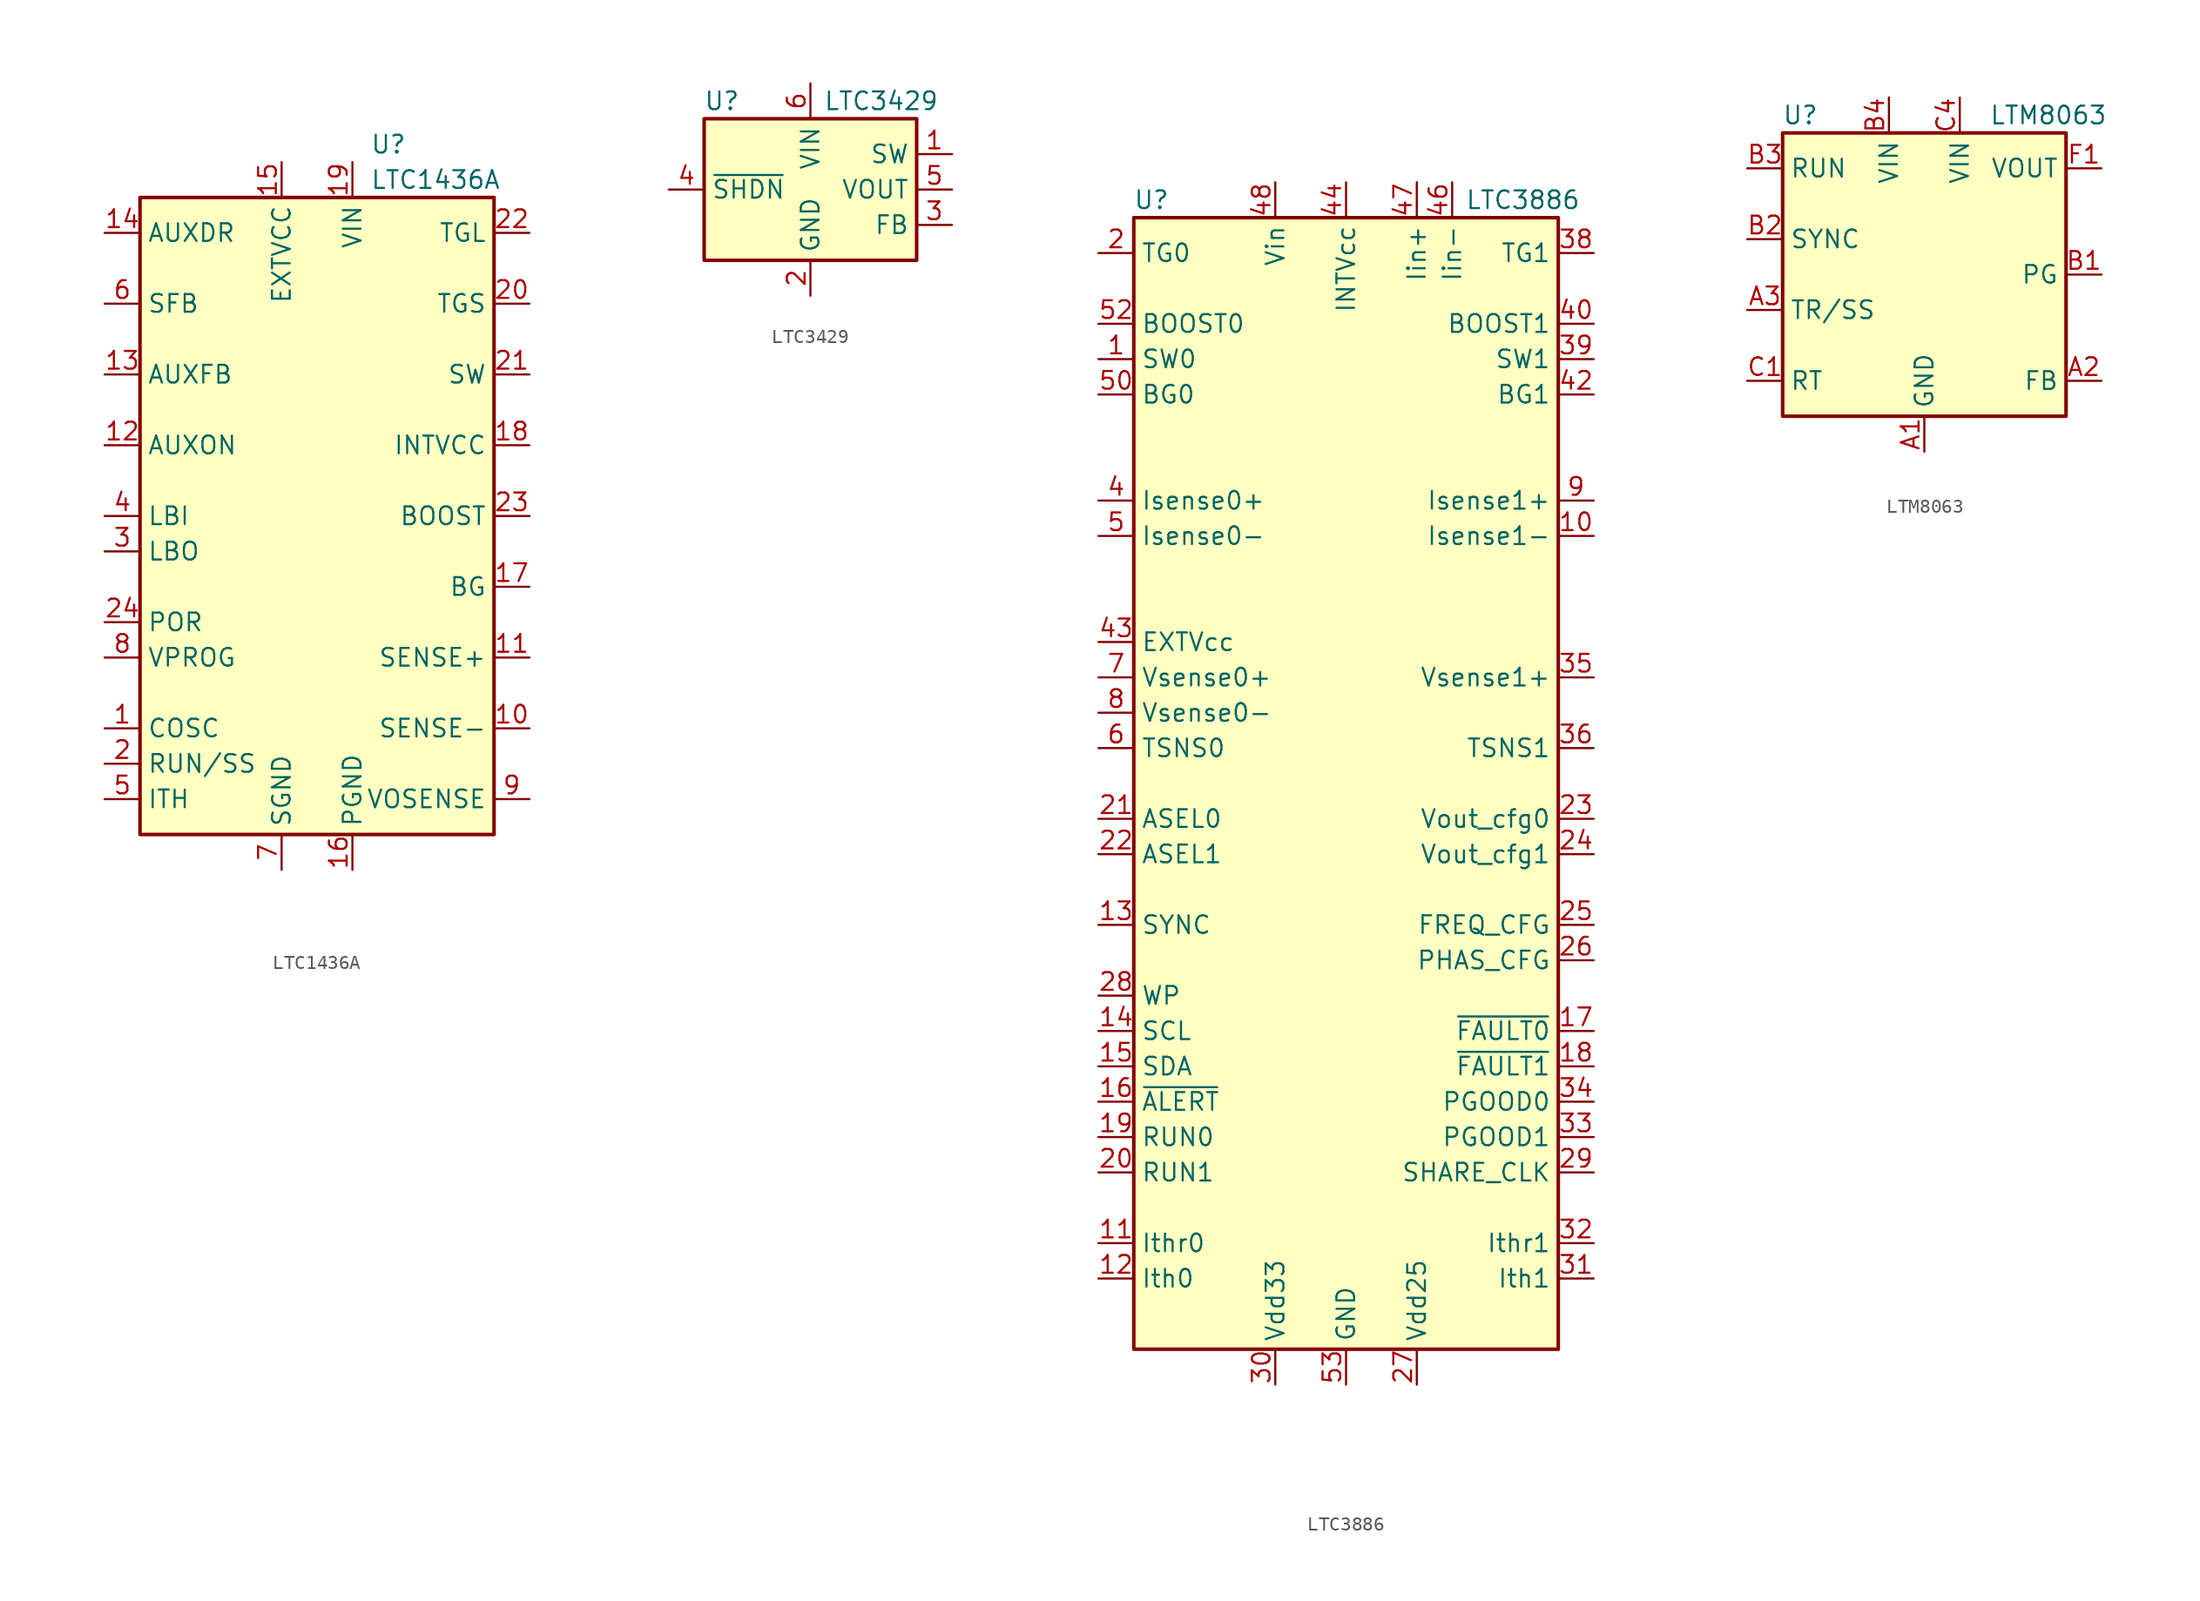
<source format=kicad_sym>
(kicad_symbol_lib
  (version 20201005)
  (generator kicad_symbol_editor)
  (symbol "LTC1436A"
    (property "Reference" "U"
      (at 3.81 26.67 0)
      (effects (font (size 1.27 1.27)) (justify left)))
    (property "Value" "LTC1436A"
      (at 3.81 24.13 0)
      (effects (font (size 1.27 1.27)) (justify left)))
    (symbol "LTC1436A_0_1"
      (rectangle (start -12.7 -22.86) (end 12.7 22.86) (stroke (width 0.254)) (fill (type background))))
    (symbol "LTC1436A_1_1"
      (pin passive line (at -15.24 -15.24 0) (length 2.54) (name "COSC" (effects (font (size 1.27 1.27)))) (number "1" (effects (font (size 1.27 1.27)))))
      (pin input line (at 15.24 -15.24 180) (length 2.54) (name "SENSE-" (effects (font (size 1.27 1.27)))) (number "10" (effects (font (size 1.27 1.27)))))
      (pin input line (at 15.24 -10.16 180) (length 2.54) (name "SENSE+" (effects (font (size 1.27 1.27)))) (number "11" (effects (font (size 1.27 1.27)))))
      (pin input line (at -15.24 5.08 0) (length 2.54) (name "AUXON" (effects (font (size 1.27 1.27)))) (number "12" (effects (font (size 1.27 1.27)))))
      (pin input line (at -15.24 10.16 0) (length 2.54) (name "AUXFB" (effects (font (size 1.27 1.27)))) (number "13" (effects (font (size 1.27 1.27)))))
      (pin open_collector line (at -15.24 20.32 0) (length 2.54) (name "AUXDR" (effects (font (size 1.27 1.27)))) (number "14" (effects (font (size 1.27 1.27)))))
      (pin power_in line (at -2.54 25.4 270) (length 2.54) (name "EXTVCC" (effects (font (size 1.27 1.27)))) (number "15" (effects (font (size 1.27 1.27)))))
      (pin power_in line (at 2.54 -25.4 90) (length 2.54) (name "PGND" (effects (font (size 1.27 1.27)))) (number "16" (effects (font (size 1.27 1.27)))))
      (pin output line (at 15.24 -5.08 180) (length 2.54) (name "BG" (effects (font (size 1.27 1.27)))) (number "17" (effects (font (size 1.27 1.27)))))
      (pin power_in line (at 15.24 5.08 180) (length 2.54) (name "INTVCC" (effects (font (size 1.27 1.27)))) (number "18" (effects (font (size 1.27 1.27)))))
      (pin power_in line (at 2.54 25.4 270) (length 2.54) (name "VIN" (effects (font (size 1.27 1.27)))) (number "19" (effects (font (size 1.27 1.27)))))
      (pin passive line (at -15.24 -17.78 0) (length 2.54) (name "RUN/SS" (effects (font (size 1.27 1.27)))) (number "2" (effects (font (size 1.27 1.27)))))
      (pin output line (at 15.24 15.24 180) (length 2.54) (name "TGS" (effects (font (size 1.27 1.27)))) (number "20" (effects (font (size 1.27 1.27)))))
      (pin passive line (at 15.24 10.16 180) (length 2.54) (name "SW" (effects (font (size 1.27 1.27)))) (number "21" (effects (font (size 1.27 1.27)))))
      (pin output line (at 15.24 20.32 180) (length 2.54) (name "TGL" (effects (font (size 1.27 1.27)))) (number "22" (effects (font (size 1.27 1.27)))))
      (pin passive line (at 15.24 0 180) (length 2.54) (name "BOOST" (effects (font (size 1.27 1.27)))) (number "23" (effects (font (size 1.27 1.27)))))
      (pin open_collector line (at -15.24 -7.62 0) (length 2.54) (name "POR" (effects (font (size 1.27 1.27)))) (number "24" (effects (font (size 1.27 1.27)))))
      (pin open_collector line (at -15.24 -2.54 0) (length 2.54) (name "LBO" (effects (font (size 1.27 1.27)))) (number "3" (effects (font (size 1.27 1.27)))))
      (pin input line (at -15.24 0 0) (length 2.54) (name "LBI" (effects (font (size 1.27 1.27)))) (number "4" (effects (font (size 1.27 1.27)))))
      (pin passive line (at -15.24 -20.32 0) (length 2.54) (name "ITH" (effects (font (size 1.27 1.27)))) (number "5" (effects (font (size 1.27 1.27)))))
      (pin passive line (at -15.24 15.24 0) (length 2.54) (name "SFB" (effects (font (size 1.27 1.27)))) (number "6" (effects (font (size 1.27 1.27)))))
      (pin power_in line (at -2.54 -25.4 90) (length 2.54) (name "SGND" (effects (font (size 1.27 1.27)))) (number "7" (effects (font (size 1.27 1.27)))))
      (pin input line (at -15.24 -10.16 0) (length 2.54) (name "VPROG" (effects (font (size 1.27 1.27)))) (number "8" (effects (font (size 1.27 1.27)))))
      (pin input line (at 15.24 -20.32 180) (length 2.54) (name "VOSENSE" (effects (font (size 1.27 1.27)))) (number "9" (effects (font (size 1.27 1.27)))))))
  (symbol "LTC3429"
    (property "Reference" "U"
      (at -6.35 6.35 0)
      (effects (font (size 1.27 1.27))))
    (property "Value" "LTC3429"
      (at 5.08 6.35 0)
      (effects (font (size 1.27 1.27))))
    (symbol "LTC3429_0_1"
      (rectangle (start -7.62 5.08) (end 7.62 -5.08) (stroke (width 0.254)) (fill (type background))))
    (symbol "LTC3429_1_1"
      (pin input line (at 10.16 2.54 180) (length 2.54) (name "SW" (effects (font (size 1.27 1.27)))) (number "1" (effects (font (size 1.27 1.27)))))
      (pin power_in line (at 0 -7.62 90) (length 2.54) (name "GND" (effects (font (size 1.27 1.27)))) (number "2" (effects (font (size 1.27 1.27)))))
      (pin input line (at 10.16 -2.54 180) (length 2.54) (name "FB" (effects (font (size 1.27 1.27)))) (number "3" (effects (font (size 1.27 1.27)))))
      (pin input line (at -10.16 0 0) (length 2.54) (name "~SHDN" (effects (font (size 1.27 1.27)))) (number "4" (effects (font (size 1.27 1.27)))))
      (pin power_out line (at 10.16 0 180) (length 2.54) (name "VOUT" (effects (font (size 1.27 1.27)))) (number "5" (effects (font (size 1.27 1.27)))))
      (pin power_in line (at 0 7.62 270) (length 2.54) (name "VIN" (effects (font (size 1.27 1.27)))) (number "6" (effects (font (size 1.27 1.27)))))))
  (symbol "LTC3886"
    (property "Reference" "U"
      (at -13.97 3.81 0)
      (effects (font (size 1.27 1.27))))
    (property "Value" "LTC3886"
      (at 12.7 3.81 0)
      (effects (font (size 1.27 1.27))))
    (symbol "LTC3886_0_1"
      (rectangle (start -15.24 2.54) (end 15.24 -78.74) (stroke (width 0.254)) (fill (type background))))
    (symbol "LTC3886_1_1"
      (pin output line (at -17.78 -7.62 0) (length 2.54) (name "SW0" (effects (font (size 1.27 1.27)))) (number "1" (effects (font (size 1.27 1.27)))))
      (pin input line (at 17.78 -20.32 180) (length 2.54) (name "Isense1-" (effects (font (size 1.27 1.27)))) (number "10" (effects (font (size 1.27 1.27)))))
      (pin input line (at -17.78 -71.12 0) (length 2.54) (name "Ithr0" (effects (font (size 1.27 1.27)))) (number "11" (effects (font (size 1.27 1.27)))))
      (pin input line (at -17.78 -73.66 0) (length 2.54) (name "Ith0" (effects (font (size 1.27 1.27)))) (number "12" (effects (font (size 1.27 1.27)))))
      (pin input line (at -17.78 -48.26 0) (length 2.54) (name "SYNC" (effects (font (size 1.27 1.27)))) (number "13" (effects (font (size 1.27 1.27)))))
      (pin input line (at -17.78 -55.88 0) (length 2.54) (name "SCL" (effects (font (size 1.27 1.27)))) (number "14" (effects (font (size 1.27 1.27)))))
      (pin bidirectional line (at -17.78 -58.42 0) (length 2.54) (name "SDA" (effects (font (size 1.27 1.27)))) (number "15" (effects (font (size 1.27 1.27)))))
      (pin output line (at -17.78 -60.96 0) (length 2.54) (name "~ALERT" (effects (font (size 1.27 1.27)))) (number "16" (effects (font (size 1.27 1.27)))))
      (pin output line (at 17.78 -55.88 180) (length 2.54) (name "~FAULT0" (effects (font (size 1.27 1.27)))) (number "17" (effects (font (size 1.27 1.27)))))
      (pin output line (at 17.78 -58.42 180) (length 2.54) (name "~FAULT1" (effects (font (size 1.27 1.27)))) (number "18" (effects (font (size 1.27 1.27)))))
      (pin input line (at -17.78 -63.5 0) (length 2.54) (name "RUN0" (effects (font (size 1.27 1.27)))) (number "19" (effects (font (size 1.27 1.27)))))
      (pin output line (at -17.78 0 0) (length 2.54) (name "TG0" (effects (font (size 1.27 1.27)))) (number "2" (effects (font (size 1.27 1.27)))))
      (pin input line (at -17.78 -66.04 0) (length 2.54) (name "RUN1" (effects (font (size 1.27 1.27)))) (number "20" (effects (font (size 1.27 1.27)))))
      (pin input line (at -17.78 -40.64 0) (length 2.54) (name "ASEL0" (effects (font (size 1.27 1.27)))) (number "21" (effects (font (size 1.27 1.27)))))
      (pin input line (at -17.78 -43.18 0) (length 2.54) (name "ASEL1" (effects (font (size 1.27 1.27)))) (number "22" (effects (font (size 1.27 1.27)))))
      (pin input line (at 17.78 -40.64 180) (length 2.54) (name "Vout_cfg0" (effects (font (size 1.27 1.27)))) (number "23" (effects (font (size 1.27 1.27)))))
      (pin input line (at 17.78 -43.18 180) (length 2.54) (name "Vout_cfg1" (effects (font (size 1.27 1.27)))) (number "24" (effects (font (size 1.27 1.27)))))
      (pin input line (at 17.78 -48.26 180) (length 2.54) (name "FREQ_CFG" (effects (font (size 1.27 1.27)))) (number "25" (effects (font (size 1.27 1.27)))))
      (pin input line (at 17.78 -50.8 180) (length 2.54) (name "PHAS_CFG" (effects (font (size 1.27 1.27)))) (number "26" (effects (font (size 1.27 1.27)))))
      (pin power_out line (at 5.08 -81.28 90) (length 2.54) (name "Vdd25" (effects (font (size 1.27 1.27)))) (number "27" (effects (font (size 1.27 1.27)))))
      (pin input line (at -17.78 -53.34 0) (length 2.54) (name "WP" (effects (font (size 1.27 1.27)))) (number "28" (effects (font (size 1.27 1.27)))))
      (pin input line (at 17.78 -66.04 180) (length 2.54) (name "SHARE_CLK" (effects (font (size 1.27 1.27)))) (number "29" (effects (font (size 1.27 1.27)))))
      (pin power_out line (at -5.08 -81.28 90) (length 2.54) (name "Vdd33" (effects (font (size 1.27 1.27)))) (number "30" (effects (font (size 1.27 1.27)))))
      (pin input line (at 17.78 -73.66 180) (length 2.54) (name "Ith1" (effects (font (size 1.27 1.27)))) (number "31" (effects (font (size 1.27 1.27)))))
      (pin input line (at 17.78 -71.12 180) (length 2.54) (name "Ithr1" (effects (font (size 1.27 1.27)))) (number "32" (effects (font (size 1.27 1.27)))))
      (pin output line (at 17.78 -63.5 180) (length 2.54) (name "PGOOD1" (effects (font (size 1.27 1.27)))) (number "33" (effects (font (size 1.27 1.27)))))
      (pin output line (at 17.78 -60.96 180) (length 2.54) (name "PGOOD0" (effects (font (size 1.27 1.27)))) (number "34" (effects (font (size 1.27 1.27)))))
      (pin input line (at 17.78 -30.48 180) (length 2.54) (name "Vsense1+" (effects (font (size 1.27 1.27)))) (number "35" (effects (font (size 1.27 1.27)))))
      (pin input line (at 17.78 -35.56 180) (length 2.54) (name "TSNS1" (effects (font (size 1.27 1.27)))) (number "36" (effects (font (size 1.27 1.27)))))
      (pin output line (at 17.78 0 180) (length 2.54) (name "TG1" (effects (font (size 1.27 1.27)))) (number "38" (effects (font (size 1.27 1.27)))))
      (pin output line (at 17.78 -7.62 180) (length 2.54) (name "SW1" (effects (font (size 1.27 1.27)))) (number "39" (effects (font (size 1.27 1.27)))))
      (pin input line (at -17.78 -17.78 0) (length 2.54) (name "Isense0+" (effects (font (size 1.27 1.27)))) (number "4" (effects (font (size 1.27 1.27)))))
      (pin output line (at 17.78 -5.08 180) (length 2.54) (name "BOOST1" (effects (font (size 1.27 1.27)))) (number "40" (effects (font (size 1.27 1.27)))))
      (pin output line (at 17.78 -10.16 180) (length 2.54) (name "BG1" (effects (font (size 1.27 1.27)))) (number "42" (effects (font (size 1.27 1.27)))))
      (pin power_in line (at -17.78 -27.94 0) (length 2.54) (name "EXTVcc" (effects (font (size 1.27 1.27)))) (number "43" (effects (font (size 1.27 1.27)))))
      (pin power_out line (at 0 5.08 270) (length 2.54) (name "INTVcc" (effects (font (size 1.27 1.27)))) (number "44" (effects (font (size 1.27 1.27)))))
      (pin input line (at 7.62 5.08 270) (length 2.54) (name "Iin-" (effects (font (size 1.27 1.27)))) (number "46" (effects (font (size 1.27 1.27)))))
      (pin input line (at 5.08 5.08 270) (length 2.54) (name "Iin+" (effects (font (size 1.27 1.27)))) (number "47" (effects (font (size 1.27 1.27)))))
      (pin power_in line (at -5.08 5.08 270) (length 2.54) (name "Vin" (effects (font (size 1.27 1.27)))) (number "48" (effects (font (size 1.27 1.27)))))
      (pin input line (at -17.78 -20.32 0) (length 2.54) (name "Isense0-" (effects (font (size 1.27 1.27)))) (number "5" (effects (font (size 1.27 1.27)))))
      (pin output line (at -17.78 -10.16 0) (length 2.54) (name "BG0" (effects (font (size 1.27 1.27)))) (number "50" (effects (font (size 1.27 1.27)))))
      (pin output line (at -17.78 -5.08 0) (length 2.54) (name "BOOST0" (effects (font (size 1.27 1.27)))) (number "52" (effects (font (size 1.27 1.27)))))
      (pin power_in line (at 0 -81.28 90) (length 2.54) (name "GND" (effects (font (size 1.27 1.27)))) (number "53" (effects (font (size 1.27 1.27)))))
      (pin input line (at -17.78 -35.56 0) (length 2.54) (name "TSNS0" (effects (font (size 1.27 1.27)))) (number "6" (effects (font (size 1.27 1.27)))))
      (pin input line (at -17.78 -30.48 0) (length 2.54) (name "Vsense0+" (effects (font (size 1.27 1.27)))) (number "7" (effects (font (size 1.27 1.27)))))
      (pin input line (at -17.78 -33.02 0) (length 2.54) (name "Vsense0-" (effects (font (size 1.27 1.27)))) (number "8" (effects (font (size 1.27 1.27)))))
      (pin input line (at 17.78 -17.78 180) (length 2.54) (name "Isense1+" (effects (font (size 1.27 1.27)))) (number "9" (effects (font (size 1.27 1.27)))))))
  (symbol "LTM8063"
    (property "Reference" "U"
      (at -8.89 11.43 0)
      (effects (font (size 1.27 1.27))))
    (property "Value" "LTM8063"
      (at 8.89 11.43 0)
      (effects (font (size 1.27 1.27))))
    (symbol "LTM8063_0_1"
      (rectangle (start 10.16 10.16) (end -10.16 -10.16) (stroke (width 0.254)) (fill (type background))))
    (symbol "LTM8063_1_1"
      (pin power_in line (at 0 -12.7 90) (length 2.54) (name "GND" (effects (font (size 1.27 1.27)))) (number "A1" (effects (font (size 1.27 1.27)))))
      (pin input line (at 12.7 -7.62 180) (length 2.54) (name "FB" (effects (font (size 1.27 1.27)))) (number "A2" (effects (font (size 1.27 1.27)))))
      (pin input line (at -12.7 -2.54 0) (length 2.54) (name "TR/SS" (effects (font (size 1.27 1.27)))) (number "A3" (effects (font (size 1.27 1.27)))))
      (pin passive line (at 0 -12.7 90) (length 2.54) hide (name "GND" (effects (font (size 1.27 1.27)))) (number "A4" (effects (font (size 1.27 1.27)))))
      (pin open_collector line (at 12.7 0 180) (length 2.54) (name "PG" (effects (font (size 1.27 1.27)))) (number "B1" (effects (font (size 1.27 1.27)))))
      (pin input line (at -12.7 2.54 0) (length 2.54) (name "SYNC" (effects (font (size 1.27 1.27)))) (number "B2" (effects (font (size 1.27 1.27)))))
      (pin input line (at -12.7 7.62 0) (length 2.54) (name "RUN" (effects (font (size 1.27 1.27)))) (number "B3" (effects (font (size 1.27 1.27)))))
      (pin power_in line (at -2.54 12.7 270) (length 2.54) (name "VIN" (effects (font (size 1.27 1.27)))) (number "B4" (effects (font (size 1.27 1.27)))))
      (pin input line (at -12.7 -7.62 0) (length 2.54) (name "RT" (effects (font (size 1.27 1.27)))) (number "C1" (effects (font (size 1.27 1.27)))))
      (pin passive line (at 0 -12.7 90) (length 2.54) hide (name "GND" (effects (font (size 1.27 1.27)))) (number "C2" (effects (font (size 1.27 1.27)))))
      (pin passive line (at 0 -12.7 90) (length 2.54) hide (name "GND" (effects (font (size 1.27 1.27)))) (number "C3" (effects (font (size 1.27 1.27)))))
      (pin power_in line (at 2.54 12.7 270) (length 2.54) (name "VIN" (effects (font (size 1.27 1.27)))) (number "C4" (effects (font (size 1.27 1.27)))))
      (pin passive line (at 0 -12.7 90) (length 2.54) hide (name "GND" (effects (font (size 1.27 1.27)))) (number "D1" (effects (font (size 1.27 1.27)))))
      (pin passive line (at 0 -12.7 90) (length 2.54) hide (name "GND" (effects (font (size 1.27 1.27)))) (number "D2" (effects (font (size 1.27 1.27)))))
      (pin passive line (at 0 -12.7 90) (length 2.54) hide (name "GND" (effects (font (size 1.27 1.27)))) (number "D3" (effects (font (size 1.27 1.27)))))
      (pin passive line (at 0 -12.7 90) (length 2.54) hide (name "GND" (effects (font (size 1.27 1.27)))) (number "D4" (effects (font (size 1.27 1.27)))))
      (pin passive line (at 0 -12.7 90) (length 2.54) hide (name "GND" (effects (font (size 1.27 1.27)))) (number "E1" (effects (font (size 1.27 1.27)))))
      (pin passive line (at 0 -12.7 90) (length 2.54) hide (name "GND" (effects (font (size 1.27 1.27)))) (number "E2" (effects (font (size 1.27 1.27)))))
      (pin passive line (at 0 -12.7 90) (length 2.54) hide (name "GND" (effects (font (size 1.27 1.27)))) (number "E3" (effects (font (size 1.27 1.27)))))
      (pin passive line (at 0 -12.7 90) (length 2.54) hide (name "GND" (effects (font (size 1.27 1.27)))) (number "E4" (effects (font (size 1.27 1.27)))))
      (pin power_out line (at 12.7 7.62 180) (length 2.54) (name "VOUT" (effects (font (size 1.27 1.27)))) (number "F1" (effects (font (size 1.27 1.27)))))
      (pin passive line (at 12.7 7.62 180) (length 2.54) hide (name "VOUT" (effects (font (size 1.27 1.27)))) (number "F2" (effects (font (size 1.27 1.27)))))
      (pin passive line (at 12.7 7.62 180) (length 2.54) hide (name "VOUT" (effects (font (size 1.27 1.27)))) (number "F3" (effects (font (size 1.27 1.27)))))
      (pin passive line (at 12.7 7.62 180) (length 2.54) hide (name "VOUT" (effects (font (size 1.27 1.27)))) (number "F4" (effects (font (size 1.27 1.27)))))
      (pin passive line (at 12.7 7.62 180) (length 2.54) hide (name "VOUT" (effects (font (size 1.27 1.27)))) (number "G1" (effects (font (size 1.27 1.27)))))
      (pin passive line (at 12.7 7.62 180) (length 2.54) hide (name "VOUT" (effects (font (size 1.27 1.27)))) (number "G2" (effects (font (size 1.27 1.27)))))
      (pin passive line (at 12.7 7.62 180) (length 2.54) hide (name "VOUT" (effects (font (size 1.27 1.27)))) (number "G3" (effects (font (size 1.27 1.27)))))
      (pin passive line (at 12.7 7.62 180) (length 2.54) hide (name "VOUT" (effects (font (size 1.27 1.27)))) (number "G4" (effects (font (size 1.27 1.27))))))))
</source>
